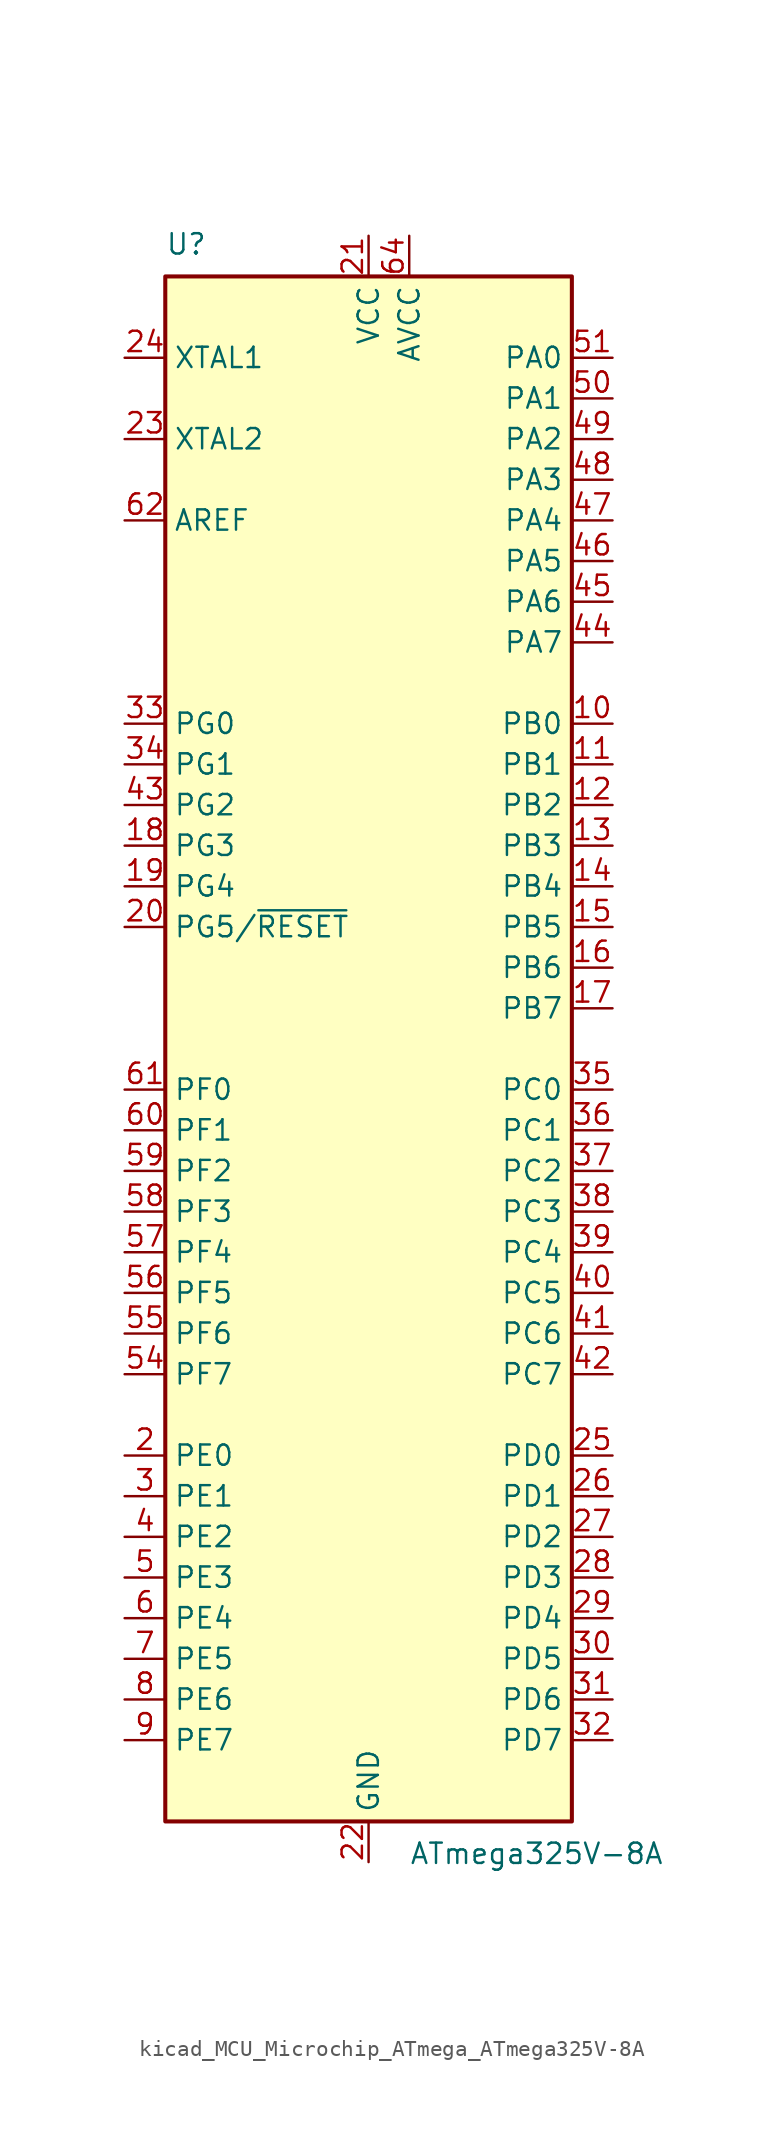
<source format=kicad_sym>
(kicad_symbol_lib
  (version 20220914)
  (generator kicad_symbol_editor)
  (symbol "kicad_MCU_Microchip_ATmega_ATmega325V-8A"
    (property "Reference" "U"
      (at -12.7 49.53 0)
      (effects (font (size 1.27 1.27)) (justify left bottom)))
    (property "Value" "ATmega325V-8A"
      (at 2.54 -49.53 0)
      (effects (font (size 1.27 1.27)) (justify left top)))
    (symbol "kicad_MCU_Microchip_ATmega_ATmega325V-8A_0_1"
      (rectangle (start -12.7 -48.26) (end 12.7 48.26) (stroke (width 0.254) (type default)) (fill (type background))))
    (symbol "kicad_MCU_Microchip_ATmega_ATmega325V-8A_1_1"
      (pin no_connect line (at -12.7 -45.72 0) (length 2.54) hide (name "NC" (effects (font (size 1.27 1.27)))) (number "1" (effects (font (size 1.27 1.27)))))
      (pin bidirectional line (at 15.24 20.32 180) (length 2.54) (name "PB0" (effects (font (size 1.27 1.27)))) (number "10" (effects (font (size 1.27 1.27)))))
      (pin bidirectional line (at 15.24 17.78 180) (length 2.54) (name "PB1" (effects (font (size 1.27 1.27)))) (number "11" (effects (font (size 1.27 1.27)))))
      (pin bidirectional line (at 15.24 15.24 180) (length 2.54) (name "PB2" (effects (font (size 1.27 1.27)))) (number "12" (effects (font (size 1.27 1.27)))))
      (pin bidirectional line (at 15.24 12.7 180) (length 2.54) (name "PB3" (effects (font (size 1.27 1.27)))) (number "13" (effects (font (size 1.27 1.27)))))
      (pin bidirectional line (at 15.24 10.16 180) (length 2.54) (name "PB4" (effects (font (size 1.27 1.27)))) (number "14" (effects (font (size 1.27 1.27)))))
      (pin bidirectional line (at 15.24 7.62 180) (length 2.54) (name "PB5" (effects (font (size 1.27 1.27)))) (number "15" (effects (font (size 1.27 1.27)))))
      (pin bidirectional line (at 15.24 5.08 180) (length 2.54) (name "PB6" (effects (font (size 1.27 1.27)))) (number "16" (effects (font (size 1.27 1.27)))))
      (pin bidirectional line (at 15.24 2.54 180) (length 2.54) (name "PB7" (effects (font (size 1.27 1.27)))) (number "17" (effects (font (size 1.27 1.27)))))
      (pin bidirectional line (at -15.24 12.7 0) (length 2.54) (name "PG3" (effects (font (size 1.27 1.27)))) (number "18" (effects (font (size 1.27 1.27)))))
      (pin bidirectional line (at -15.24 10.16 0) (length 2.54) (name "PG4" (effects (font (size 1.27 1.27)))) (number "19" (effects (font (size 1.27 1.27)))))
      (pin bidirectional line (at -15.24 -25.4 0) (length 2.54) (name "PE0" (effects (font (size 1.27 1.27)))) (number "2" (effects (font (size 1.27 1.27)))))
      (pin bidirectional line (at -15.24 7.62 0) (length 2.54) (name "PG5/~{RESET}" (effects (font (size 1.27 1.27)))) (number "20" (effects (font (size 1.27 1.27)))))
      (pin power_in line (at 0 50.8 270) (length 2.54) (name "VCC" (effects (font (size 1.27 1.27)))) (number "21" (effects (font (size 1.27 1.27)))))
      (pin power_in line (at 0 -50.8 90) (length 2.54) (name "GND" (effects (font (size 1.27 1.27)))) (number "22" (effects (font (size 1.27 1.27)))))
      (pin output line (at -15.24 38.1 0) (length 2.54) (name "XTAL2" (effects (font (size 1.27 1.27)))) (number "23" (effects (font (size 1.27 1.27)))))
      (pin input line (at -15.24 43.18 0) (length 2.54) (name "XTAL1" (effects (font (size 1.27 1.27)))) (number "24" (effects (font (size 1.27 1.27)))))
      (pin bidirectional line (at 15.24 -25.4 180) (length 2.54) (name "PD0" (effects (font (size 1.27 1.27)))) (number "25" (effects (font (size 1.27 1.27)))))
      (pin bidirectional line (at 15.24 -27.94 180) (length 2.54) (name "PD1" (effects (font (size 1.27 1.27)))) (number "26" (effects (font (size 1.27 1.27)))))
      (pin bidirectional line (at 15.24 -30.48 180) (length 2.54) (name "PD2" (effects (font (size 1.27 1.27)))) (number "27" (effects (font (size 1.27 1.27)))))
      (pin bidirectional line (at 15.24 -33.02 180) (length 2.54) (name "PD3" (effects (font (size 1.27 1.27)))) (number "28" (effects (font (size 1.27 1.27)))))
      (pin bidirectional line (at 15.24 -35.56 180) (length 2.54) (name "PD4" (effects (font (size 1.27 1.27)))) (number "29" (effects (font (size 1.27 1.27)))))
      (pin bidirectional line (at -15.24 -27.94 0) (length 2.54) (name "PE1" (effects (font (size 1.27 1.27)))) (number "3" (effects (font (size 1.27 1.27)))))
      (pin bidirectional line (at 15.24 -38.1 180) (length 2.54) (name "PD5" (effects (font (size 1.27 1.27)))) (number "30" (effects (font (size 1.27 1.27)))))
      (pin bidirectional line (at 15.24 -40.64 180) (length 2.54) (name "PD6" (effects (font (size 1.27 1.27)))) (number "31" (effects (font (size 1.27 1.27)))))
      (pin bidirectional line (at 15.24 -43.18 180) (length 2.54) (name "PD7" (effects (font (size 1.27 1.27)))) (number "32" (effects (font (size 1.27 1.27)))))
      (pin bidirectional line (at -15.24 20.32 0) (length 2.54) (name "PG0" (effects (font (size 1.27 1.27)))) (number "33" (effects (font (size 1.27 1.27)))))
      (pin bidirectional line (at -15.24 17.78 0) (length 2.54) (name "PG1" (effects (font (size 1.27 1.27)))) (number "34" (effects (font (size 1.27 1.27)))))
      (pin bidirectional line (at 15.24 -2.54 180) (length 2.54) (name "PC0" (effects (font (size 1.27 1.27)))) (number "35" (effects (font (size 1.27 1.27)))))
      (pin bidirectional line (at 15.24 -5.08 180) (length 2.54) (name "PC1" (effects (font (size 1.27 1.27)))) (number "36" (effects (font (size 1.27 1.27)))))
      (pin bidirectional line (at 15.24 -7.62 180) (length 2.54) (name "PC2" (effects (font (size 1.27 1.27)))) (number "37" (effects (font (size 1.27 1.27)))))
      (pin bidirectional line (at 15.24 -10.16 180) (length 2.54) (name "PC3" (effects (font (size 1.27 1.27)))) (number "38" (effects (font (size 1.27 1.27)))))
      (pin bidirectional line (at 15.24 -12.7 180) (length 2.54) (name "PC4" (effects (font (size 1.27 1.27)))) (number "39" (effects (font (size 1.27 1.27)))))
      (pin bidirectional line (at -15.24 -30.48 0) (length 2.54) (name "PE2" (effects (font (size 1.27 1.27)))) (number "4" (effects (font (size 1.27 1.27)))))
      (pin bidirectional line (at 15.24 -15.24 180) (length 2.54) (name "PC5" (effects (font (size 1.27 1.27)))) (number "40" (effects (font (size 1.27 1.27)))))
      (pin bidirectional line (at 15.24 -17.78 180) (length 2.54) (name "PC6" (effects (font (size 1.27 1.27)))) (number "41" (effects (font (size 1.27 1.27)))))
      (pin bidirectional line (at 15.24 -20.32 180) (length 2.54) (name "PC7" (effects (font (size 1.27 1.27)))) (number "42" (effects (font (size 1.27 1.27)))))
      (pin bidirectional line (at -15.24 15.24 0) (length 2.54) (name "PG2" (effects (font (size 1.27 1.27)))) (number "43" (effects (font (size 1.27 1.27)))))
      (pin bidirectional line (at 15.24 25.4 180) (length 2.54) (name "PA7" (effects (font (size 1.27 1.27)))) (number "44" (effects (font (size 1.27 1.27)))))
      (pin bidirectional line (at 15.24 27.94 180) (length 2.54) (name "PA6" (effects (font (size 1.27 1.27)))) (number "45" (effects (font (size 1.27 1.27)))))
      (pin bidirectional line (at 15.24 30.48 180) (length 2.54) (name "PA5" (effects (font (size 1.27 1.27)))) (number "46" (effects (font (size 1.27 1.27)))))
      (pin bidirectional line (at 15.24 33.02 180) (length 2.54) (name "PA4" (effects (font (size 1.27 1.27)))) (number "47" (effects (font (size 1.27 1.27)))))
      (pin bidirectional line (at 15.24 35.56 180) (length 2.54) (name "PA3" (effects (font (size 1.27 1.27)))) (number "48" (effects (font (size 1.27 1.27)))))
      (pin bidirectional line (at 15.24 38.1 180) (length 2.54) (name "PA2" (effects (font (size 1.27 1.27)))) (number "49" (effects (font (size 1.27 1.27)))))
      (pin bidirectional line (at -15.24 -33.02 0) (length 2.54) (name "PE3" (effects (font (size 1.27 1.27)))) (number "5" (effects (font (size 1.27 1.27)))))
      (pin bidirectional line (at 15.24 40.64 180) (length 2.54) (name "PA1" (effects (font (size 1.27 1.27)))) (number "50" (effects (font (size 1.27 1.27)))))
      (pin bidirectional line (at 15.24 43.18 180) (length 2.54) (name "PA0" (effects (font (size 1.27 1.27)))) (number "51" (effects (font (size 1.27 1.27)))))
      (pin passive line (at 0 50.8 270) (length 2.54) hide (name "VCC" (effects (font (size 1.27 1.27)))) (number "52" (effects (font (size 1.27 1.27)))))
      (pin passive line (at 0 -50.8 90) (length 2.54) hide (name "GND" (effects (font (size 1.27 1.27)))) (number "53" (effects (font (size 1.27 1.27)))))
      (pin bidirectional line (at -15.24 -20.32 0) (length 2.54) (name "PF7" (effects (font (size 1.27 1.27)))) (number "54" (effects (font (size 1.27 1.27)))))
      (pin bidirectional line (at -15.24 -17.78 0) (length 2.54) (name "PF6" (effects (font (size 1.27 1.27)))) (number "55" (effects (font (size 1.27 1.27)))))
      (pin bidirectional line (at -15.24 -15.24 0) (length 2.54) (name "PF5" (effects (font (size 1.27 1.27)))) (number "56" (effects (font (size 1.27 1.27)))))
      (pin bidirectional line (at -15.24 -12.7 0) (length 2.54) (name "PF4" (effects (font (size 1.27 1.27)))) (number "57" (effects (font (size 1.27 1.27)))))
      (pin bidirectional line (at -15.24 -10.16 0) (length 2.54) (name "PF3" (effects (font (size 1.27 1.27)))) (number "58" (effects (font (size 1.27 1.27)))))
      (pin bidirectional line (at -15.24 -7.62 0) (length 2.54) (name "PF2" (effects (font (size 1.27 1.27)))) (number "59" (effects (font (size 1.27 1.27)))))
      (pin bidirectional line (at -15.24 -35.56 0) (length 2.54) (name "PE4" (effects (font (size 1.27 1.27)))) (number "6" (effects (font (size 1.27 1.27)))))
      (pin bidirectional line (at -15.24 -5.08 0) (length 2.54) (name "PF1" (effects (font (size 1.27 1.27)))) (number "60" (effects (font (size 1.27 1.27)))))
      (pin bidirectional line (at -15.24 -2.54 0) (length 2.54) (name "PF0" (effects (font (size 1.27 1.27)))) (number "61" (effects (font (size 1.27 1.27)))))
      (pin passive line (at -15.24 33.02 0) (length 2.54) (name "AREF" (effects (font (size 1.27 1.27)))) (number "62" (effects (font (size 1.27 1.27)))))
      (pin passive line (at 0 -50.8 90) (length 2.54) hide (name "GND" (effects (font (size 1.27 1.27)))) (number "63" (effects (font (size 1.27 1.27)))))
      (pin power_in line (at 2.54 50.8 270) (length 2.54) (name "AVCC" (effects (font (size 1.27 1.27)))) (number "64" (effects (font (size 1.27 1.27)))))
      (pin bidirectional line (at -15.24 -38.1 0) (length 2.54) (name "PE5" (effects (font (size 1.27 1.27)))) (number "7" (effects (font (size 1.27 1.27)))))
      (pin bidirectional line (at -15.24 -40.64 0) (length 2.54) (name "PE6" (effects (font (size 1.27 1.27)))) (number "8" (effects (font (size 1.27 1.27)))))
      (pin bidirectional line (at -15.24 -43.18 0) (length 2.54) (name "PE7" (effects (font (size 1.27 1.27)))) (number "9" (effects (font (size 1.27 1.27))))))))
</source>
